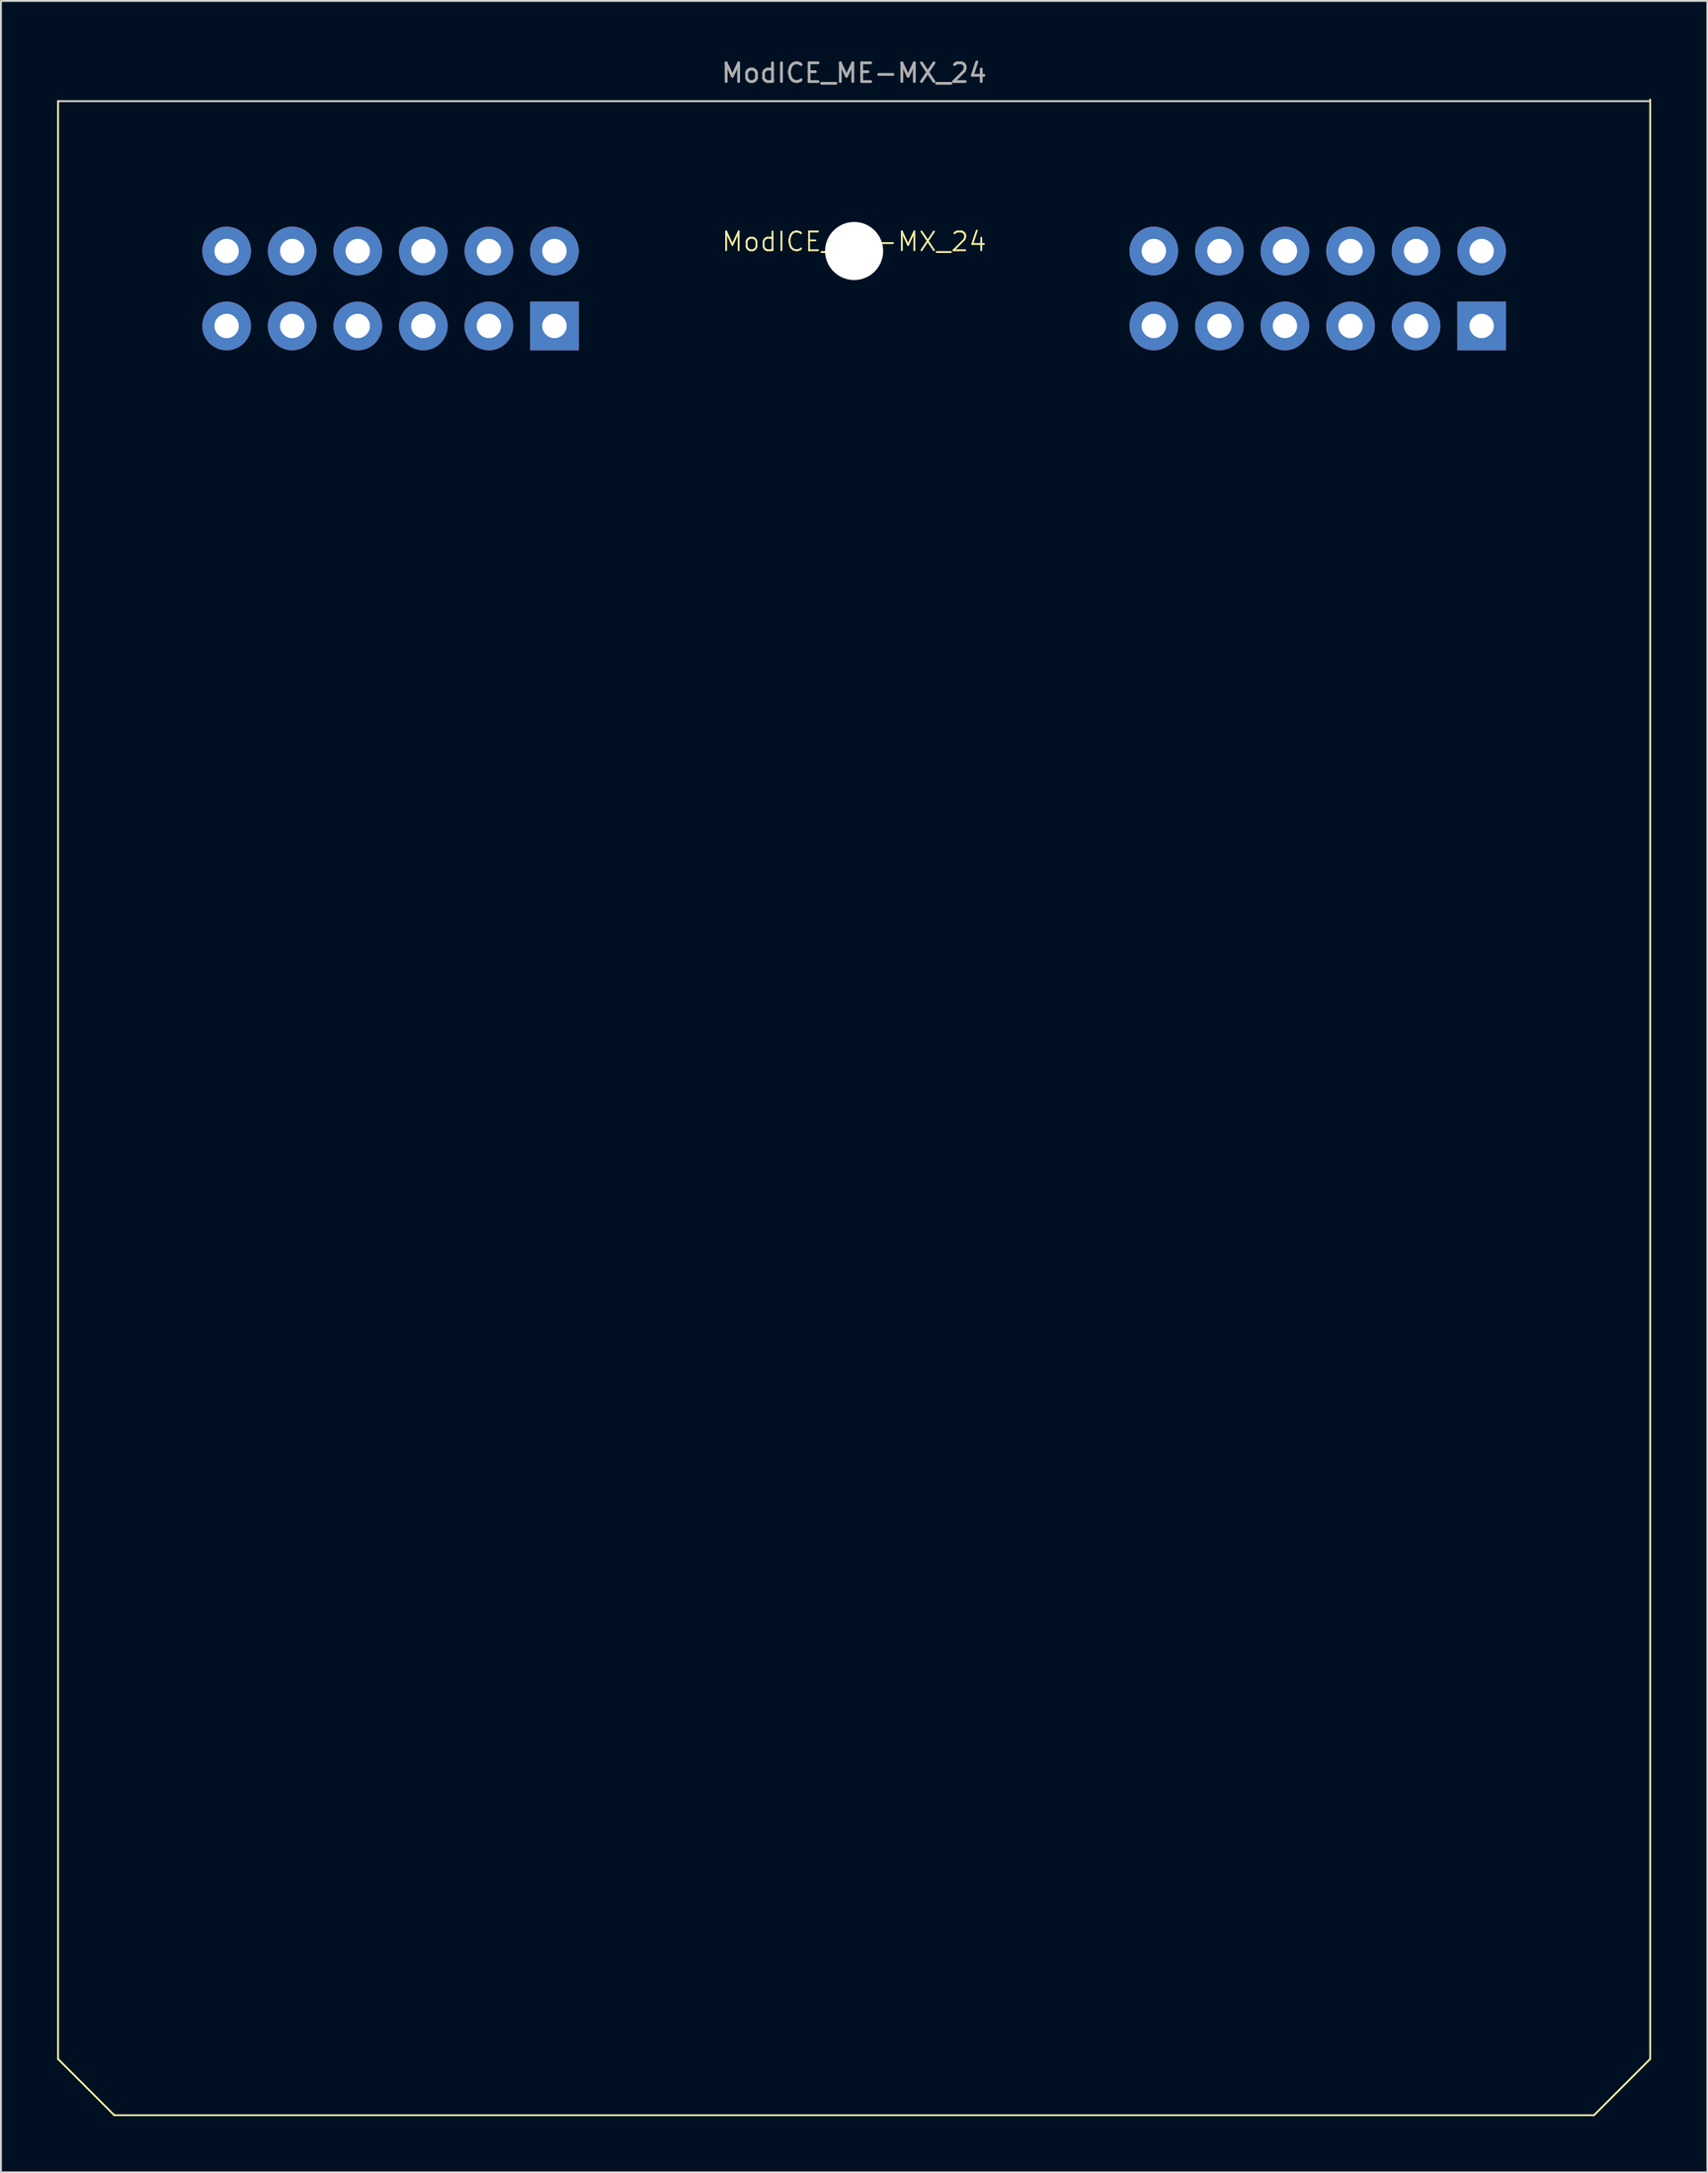
<source format=kicad_pcb>
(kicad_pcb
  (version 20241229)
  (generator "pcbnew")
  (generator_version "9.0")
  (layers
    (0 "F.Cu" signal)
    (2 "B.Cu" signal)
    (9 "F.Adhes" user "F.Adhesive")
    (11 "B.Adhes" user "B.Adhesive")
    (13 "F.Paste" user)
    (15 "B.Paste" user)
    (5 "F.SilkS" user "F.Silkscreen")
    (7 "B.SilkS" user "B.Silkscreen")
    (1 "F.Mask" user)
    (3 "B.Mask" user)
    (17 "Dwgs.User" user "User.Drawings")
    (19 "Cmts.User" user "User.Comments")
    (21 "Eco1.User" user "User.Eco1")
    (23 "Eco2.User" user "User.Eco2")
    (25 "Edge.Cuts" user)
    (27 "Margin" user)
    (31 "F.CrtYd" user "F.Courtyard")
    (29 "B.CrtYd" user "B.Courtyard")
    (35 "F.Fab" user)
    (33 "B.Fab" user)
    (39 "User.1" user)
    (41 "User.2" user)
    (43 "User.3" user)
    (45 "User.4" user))
  (footprint "ModICE_ME-MX_24"
    (layer "F.Cu")
    (at 42.55 10.348)
    (property "Reference" "ModICE_ME-MX_24" (at 0 -0.5 0) (unlocked yes) (layer "F.SilkS") (effects (font (size 1 1) (thickness 0.1))))
    (attr through_hole)
    (fp_line (start -42.5 96.5) (end -42.5 -8) (stroke (width 0.1) (type default)) (layer "F.SilkS"))
    (fp_line (start -39.5 99.5) (end -42.5 96.5) (stroke (width 0.1) (type default)) (layer "F.SilkS"))
    (fp_line (start -39.5 99.5) (end 39.5 99.5) (stroke (width 0.1) (type default)) (layer "F.SilkS"))
    (fp_line (start 39.5 99.5) (end 42.5 96.5) (stroke (width 0.1) (type default)) (layer "F.SilkS"))
    (fp_line (start 42.5 -8.08) (end 42.5 96.5) (stroke (width 0.1) (type default)) (layer "F.SilkS"))
    (fp_line (start -42.5 -8) (end 42.5 -8) (stroke (width 0.1) (type default)) (layer "Edge.Cuts"))
    (fp_text user "${REFERENCE}" (at 0 -9.5 0) (unlocked yes) (layer "F.Fab") (effects (font (size 1 1) (thickness 0.15))))
    (pad "" np_thru_hole circle (at 0 0) (size 3.1 3.1) (drill 3.1) (layers "*.Cu"))
    (pad "1" thru_hole rect (at 33.5 4) (size 2.6 2.6) (drill 1.3) (layers "*.Cu" "*.Mask"))
    (pad "2" thru_hole circle (at 30 4) (size 2.6 2.6) (drill 1.3) (layers "*.Cu" "*.Mask"))
    (pad "3" thru_hole circle (at 26.5 4) (size 2.6 2.6) (drill 1.3) (layers "*.Cu" "*.Mask"))
    (pad "4" thru_hole circle (at 23 4) (size 2.6 2.6) (drill 1.3) (layers "*.Cu" "*.Mask"))
    (pad "5" thru_hole circle (at 19.5 4) (size 2.6 2.6) (drill 1.3) (layers "*.Cu" "*.Mask"))
    (pad "6" thru_hole circle (at 16 4) (size 2.6 2.6) (drill 1.3) (layers "*.Cu" "*.Mask"))
    (pad "7" thru_hole circle (at 33.5 0) (size 2.6 2.6) (drill 1.3) (layers "*.Cu" "*.Mask"))
    (pad "8" thru_hole circle (at 30 0) (size 2.6 2.6) (drill 1.3) (layers "*.Cu" "*.Mask"))
    (pad "9" thru_hole circle (at 26.5 0) (size 2.6 2.6) (drill 1.3) (layers "*.Cu" "*.Mask"))
    (pad "10" thru_hole circle (at 23 0) (size 2.6 2.6) (drill 1.3) (layers "*.Cu" "*.Mask"))
    (pad "11" thru_hole circle (at 19.5 0) (size 2.6 2.6) (drill 1.3) (layers "*.Cu" "*.Mask"))
    (pad "12" thru_hole circle (at 16 0) (size 2.6 2.6) (drill 1.3) (layers "*.Cu" "*.Mask"))
    (pad "13" thru_hole rect (at -16 4) (size 2.6 2.6) (drill 1.3) (layers "*.Cu" "*.Mask"))
    (pad "14" thru_hole circle (at -19.5 4) (size 2.6 2.6) (drill 1.3) (layers "*.Cu" "*.Mask"))
    (pad "15" thru_hole circle (at -23 4) (size 2.6 2.6) (drill 1.3) (layers "*.Cu" "*.Mask"))
    (pad "16" thru_hole circle (at -26.5 4) (size 2.6 2.6) (drill 1.3) (layers "*.Cu" "*.Mask"))
    (pad "17" thru_hole circle (at -30 4) (size 2.6 2.6) (drill 1.3) (layers "*.Cu" "*.Mask"))
    (pad "18" thru_hole circle (at -33.5 4) (size 2.6 2.6) (drill 1.3) (layers "*.Cu" "*.Mask"))
    (pad "19" thru_hole circle (at -16 0) (size 2.6 2.6) (drill 1.3) (layers "*.Cu" "*.Mask"))
    (pad "20" thru_hole circle (at -19.5 0) (size 2.6 2.6) (drill 1.3) (layers "*.Cu" "*.Mask"))
    (pad "21" thru_hole circle (at -23 0) (size 2.6 2.6) (drill 1.3) (layers "*.Cu" "*.Mask"))
    (pad "22" thru_hole circle (at -26.5 0) (size 2.6 2.6) (drill 1.3) (layers "*.Cu" "*.Mask"))
    (pad "23" thru_hole circle (at -30 0) (size 2.6 2.6) (drill 1.3) (layers "*.Cu" "*.Mask"))
    (pad "24" thru_hole circle (at -33.5 0) (size 2.6 2.6) (drill 1.3) (layers "*.Cu" "*.Mask"))
    (zone (net_name "") (layers "F.Cu" "B.Cu" "F.SilkS") (hatch edge 0.5) (connect_pads) (min_thickness 0.25) (filled_areas_thickness no) (keepout (tracks not_allowed) (vias not_allowed) (pads not_allowed) (copperpour not_allowed) (footprints not_allowed)) (placement (enabled no)) (fill) (polygon (pts (xy 44.05 109.848) (xy 44.05 100.348) (xy 41.05 100.348) (xy 41.05 109.848))))
    (zone (net_name "") (layers "F.Cu" "B.Cu" "F.SilkS" "B.SilkS") (hatch edge 0.5) (connect_pads) (min_thickness 0.25) (filled_areas_thickness no) (keepout (tracks not_allowed) (vias not_allowed) (pads not_allowed) (copperpour not_allowed) (footprints not_allowed)) (placement (enabled no)) (fill) (polygon (pts (xy 0.05 23.348) (xy 4.55 23.348) (xy 4.55 109.848) (xy 3.05 109.848) (xy 0.05 106.848))))
    (zone (net_name "") (layers "F.Cu" "B.Cu" "F.SilkS" "B.SilkS") (hatch edge 0.5) (connect_pads) (min_thickness 0.25) (filled_areas_thickness no) (keepout (tracks not_allowed) (vias not_allowed) (pads not_allowed) (copperpour not_allowed) (footprints not_allowed)) (placement (enabled no)) (fill) (polygon (pts (xy 85.05 23.348) (xy 80.55 23.348) (xy 80.55 109.848) (xy 82.05 109.848) (xy 85.05 106.848))))
    (zone (net_name "") (layer "F.SilkS") (hatch edge 0.5) (connect_pads) (min_thickness 0.25) (filled_areas_thickness no) (keepout (tracks allowed) (vias allowed) (pads allowed) (copperpour allowed) (footprints not_allowed)) (placement (enabled no)) (fill) (polygon (pts (xy 30.55 2.348) (xy 30.55 17.848) (xy 5.05 17.848) (xy 5.05 2.348))))
    (zone (net_name "") (layer "F.SilkS") (hatch edge 0.5) (connect_pads) (min_thickness 0.25) (filled_areas_thickness no) (keepout (tracks allowed) (vias allowed) (pads allowed) (copperpour allowed) (footprints not_allowed)) (placement (enabled no)) (fill) (polygon (pts (xy 39.05 13.848) (xy 46.05 13.848) (xy 46.05 2.348) (xy 39.05 2.348))))
    (zone (net_name "") (layer "F.SilkS") (hatch edge 0.5) (connect_pads) (min_thickness 0.25) (filled_areas_thickness no) (keepout (tracks allowed) (vias allowed) (pads allowed) (copperpour allowed) (footprints not_allowed)) (placement (enabled no)) (fill) (polygon (pts (xy 54.55 2.348) (xy 54.55 17.848) (xy 80.05 17.848) (xy 80.05 2.348)))))
  (gr_rect
    (start -3 -3)
    (end 88.1 112.898)
    (stroke (width 0.1) (type default))
    (fill no)
    (layer "Edge.Cuts")))
</source>
